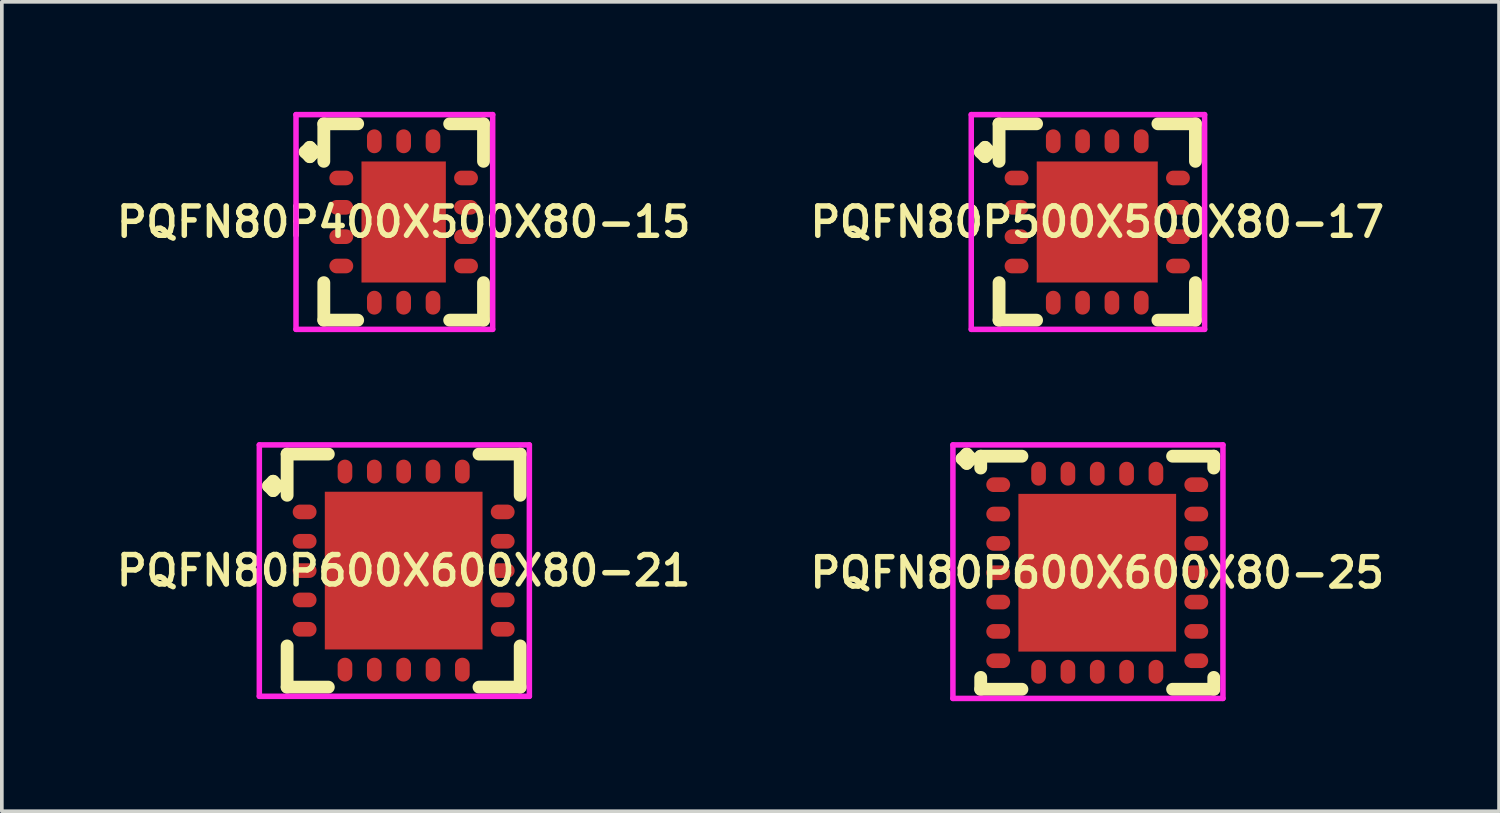
<source format=kicad_pcb>
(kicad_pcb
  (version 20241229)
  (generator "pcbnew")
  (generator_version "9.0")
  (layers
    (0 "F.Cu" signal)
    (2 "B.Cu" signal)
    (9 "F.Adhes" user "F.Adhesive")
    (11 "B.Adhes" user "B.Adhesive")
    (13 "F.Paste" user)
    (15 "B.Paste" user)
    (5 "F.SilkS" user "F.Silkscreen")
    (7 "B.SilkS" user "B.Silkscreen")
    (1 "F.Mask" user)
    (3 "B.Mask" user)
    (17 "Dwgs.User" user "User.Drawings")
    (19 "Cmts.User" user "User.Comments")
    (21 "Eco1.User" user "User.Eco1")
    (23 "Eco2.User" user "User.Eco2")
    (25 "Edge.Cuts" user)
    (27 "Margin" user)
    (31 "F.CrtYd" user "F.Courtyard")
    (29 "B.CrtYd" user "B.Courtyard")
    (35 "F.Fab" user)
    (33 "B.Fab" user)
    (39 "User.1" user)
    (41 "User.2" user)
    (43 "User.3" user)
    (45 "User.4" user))
  (footprint "PQFN80P600X600X80-21"
    (layer "F.Cu")
    (at 7.955 12.506)
    (property "Reference" "PQFN80P600X600X80-21" (at 0 0 0) (layer "F.SilkS") (effects (font (size 0.8 0.8) (thickness 0.15))))
    (attr smd)
    (fp_line (start -3.685 -2.308) (end -3.558 -2.435) (stroke (width 0.35) (type solid)) (layer "F.SilkS"))
    (fp_line (start -3.558 -2.435) (end -3.431 -2.308) (stroke (width 0.35) (type solid)) (layer "F.SilkS"))
    (fp_line (start -3.558 -2.181) (end -3.685 -2.308) (stroke (width 0.35) (type solid)) (layer "F.SilkS"))
    (fp_line (start -3.431 -2.308) (end -3.558 -2.181) (stroke (width 0.35) (type solid)) (layer "F.SilkS"))
    (fp_line (start -3.177 -3.177) (end -2.054 -3.177) (stroke (width 0.35) (type solid)) (layer "F.SilkS"))
    (fp_line (start -3.177 -2.054) (end -3.177 -3.177) (stroke (width 0.35) (type solid)) (layer "F.SilkS"))
    (fp_line (start -3.177 2.054) (end -3.177 3.177) (stroke (width 0.35) (type solid)) (layer "F.SilkS"))
    (fp_line (start -3.177 3.177) (end -2.054 3.177) (stroke (width 0.35) (type solid)) (layer "F.SilkS"))
    (fp_line (start 2.054 -3.177) (end 3.177 -3.177) (stroke (width 0.35) (type solid)) (layer "F.SilkS"))
    (fp_line (start 2.054 3.177) (end 3.177 3.177) (stroke (width 0.35) (type solid)) (layer "F.SilkS"))
    (fp_line (start 3.177 -3.177) (end 3.177 -2.054) (stroke (width 0.35) (type solid)) (layer "F.SilkS"))
    (fp_line (start 3.177 3.177) (end 3.177 2.054) (stroke (width 0.35) (type solid)) (layer "F.SilkS"))
    (fp_line (start -3.935 -3.427) (end 3.427 -3.427) (stroke (width 0.15) (type solid)) (layer "F.CrtYd"))
    (fp_line (start -3.935 3.427) (end -3.935 -3.427) (stroke (width 0.15) (type solid)) (layer "F.CrtYd"))
    (fp_line (start 3.427 -3.427) (end 3.427 3.427) (stroke (width 0.15) (type solid)) (layer "F.CrtYd"))
    (fp_line (start 3.427 3.427) (end -3.935 3.427) (stroke (width 0.15) (type solid)) (layer "F.CrtYd"))
    (pad "1" smd oval (at -2.7 -1.6) (size 0.65 0.4) (layers "F.Cu" "F.Mask" "F.Paste"))
    (pad "2" smd oval (at -2.7 -0.8) (size 0.65 0.4) (layers "F.Cu" "F.Mask" "F.Paste"))
    (pad "3" smd oval (at -2.7 0) (size 0.65 0.4) (layers "F.Cu" "F.Mask" "F.Paste"))
    (pad "4" smd oval (at -2.7 0.8) (size 0.65 0.4) (layers "F.Cu" "F.Mask" "F.Paste"))
    (pad "5" smd oval (at -2.7 1.6) (size 0.65 0.4) (layers "F.Cu" "F.Mask" "F.Paste"))
    (pad "6" smd oval (at -1.6 2.7) (size 0.4 0.65) (layers "F.Cu" "F.Mask" "F.Paste"))
    (pad "7" smd oval (at -0.8 2.7) (size 0.4 0.65) (layers "F.Cu" "F.Mask" "F.Paste"))
    (pad "8" smd oval (at 0 2.7) (size 0.4 0.65) (layers "F.Cu" "F.Mask" "F.Paste"))
    (pad "9" smd oval (at 0.8 2.7) (size 0.4 0.65) (layers "F.Cu" "F.Mask" "F.Paste"))
    (pad "10" smd oval (at 1.6 2.7) (size 0.4 0.65) (layers "F.Cu" "F.Mask" "F.Paste"))
    (pad "11" smd oval (at 2.7 1.6) (size 0.65 0.4) (layers "F.Cu" "F.Mask" "F.Paste"))
    (pad "12" smd oval (at 2.7 0.8) (size 0.65 0.4) (layers "F.Cu" "F.Mask" "F.Paste"))
    (pad "13" smd oval (at 2.7 0) (size 0.65 0.4) (layers "F.Cu" "F.Mask" "F.Paste"))
    (pad "14" smd oval (at 2.7 -0.8) (size 0.65 0.4) (layers "F.Cu" "F.Mask" "F.Paste"))
    (pad "15" smd oval (at 2.7 -1.6) (size 0.65 0.4) (layers "F.Cu" "F.Mask" "F.Paste"))
    (pad "16" smd oval (at 1.6 -2.7) (size 0.4 0.65) (layers "F.Cu" "F.Mask" "F.Paste"))
    (pad "17" smd oval (at 0.8 -2.7) (size 0.4 0.65) (layers "F.Cu" "F.Mask" "F.Paste"))
    (pad "18" smd oval (at 0 -2.7) (size 0.4 0.65) (layers "F.Cu" "F.Mask" "F.Paste"))
    (pad "19" smd oval (at -0.8 -2.7) (size 0.4 0.65) (layers "F.Cu" "F.Mask" "F.Paste"))
    (pad "20" smd oval (at -1.6 -2.7) (size 0.4 0.65) (layers "F.Cu" "F.Mask" "F.Paste"))
    (pad "21" smd rect (at 0 0) (size 4.3 4.3) (layers "F.Cu" "F.Mask" "F.Paste")))
  (footprint "PQFN80P600X600X80-25"
    (layer "F.Cu")
    (at 26.864 12.564)
    (property "Reference" "PQFN80P600X600X80-25" (at 0 0 0) (layer "F.SilkS") (effects (font (size 0.8 0.8) (thickness 0.15))))
    (attr smd)
    (fp_line (start -3.685 -3.108) (end -3.558 -3.235) (stroke (width 0.35) (type solid)) (layer "F.SilkS"))
    (fp_line (start -3.558 -3.235) (end -3.431 -3.108) (stroke (width 0.35) (type solid)) (layer "F.SilkS"))
    (fp_line (start -3.558 -2.981) (end -3.685 -3.108) (stroke (width 0.35) (type solid)) (layer "F.SilkS"))
    (fp_line (start -3.431 -3.108) (end -3.558 -2.981) (stroke (width 0.35) (type solid)) (layer "F.SilkS"))
    (fp_line (start -3.177 -3.177) (end -2.054 -3.177) (stroke (width 0.35) (type solid)) (layer "F.SilkS"))
    (fp_line (start -3.177 -2.854) (end -3.177 -3.177) (stroke (width 0.35) (type solid)) (layer "F.SilkS"))
    (fp_line (start -3.177 2.854) (end -3.177 3.177) (stroke (width 0.35) (type solid)) (layer "F.SilkS"))
    (fp_line (start -3.177 3.177) (end -2.054 3.177) (stroke (width 0.35) (type solid)) (layer "F.SilkS"))
    (fp_line (start 2.054 -3.177) (end 3.177 -3.177) (stroke (width 0.35) (type solid)) (layer "F.SilkS"))
    (fp_line (start 2.054 3.177) (end 3.177 3.177) (stroke (width 0.35) (type solid)) (layer "F.SilkS"))
    (fp_line (start 3.177 -3.177) (end 3.177 -2.854) (stroke (width 0.35) (type solid)) (layer "F.SilkS"))
    (fp_line (start 3.177 3.177) (end 3.177 2.854) (stroke (width 0.35) (type solid)) (layer "F.SilkS"))
    (fp_line (start -3.935 -3.485) (end 3.427 -3.485) (stroke (width 0.15) (type solid)) (layer "F.CrtYd"))
    (fp_line (start -3.935 3.427) (end -3.935 -3.485) (stroke (width 0.15) (type solid)) (layer "F.CrtYd"))
    (fp_line (start 3.427 -3.485) (end 3.427 3.427) (stroke (width 0.15) (type solid)) (layer "F.CrtYd"))
    (fp_line (start 3.427 3.427) (end -3.935 3.427) (stroke (width 0.15) (type solid)) (layer "F.CrtYd"))
    (pad "1" smd oval (at -2.7 -2.4) (size 0.65 0.4) (layers "F.Cu" "F.Mask" "F.Paste"))
    (pad "2" smd oval (at -2.7 -1.6) (size 0.65 0.4) (layers "F.Cu" "F.Mask" "F.Paste"))
    (pad "3" smd oval (at -2.7 -0.8) (size 0.65 0.4) (layers "F.Cu" "F.Mask" "F.Paste"))
    (pad "4" smd oval (at -2.7 0) (size 0.65 0.4) (layers "F.Cu" "F.Mask" "F.Paste"))
    (pad "5" smd oval (at -2.7 0.8) (size 0.65 0.4) (layers "F.Cu" "F.Mask" "F.Paste"))
    (pad "6" smd oval (at -2.7 1.6) (size 0.65 0.4) (layers "F.Cu" "F.Mask" "F.Paste"))
    (pad "7" smd oval (at -2.7 2.4) (size 0.65 0.4) (layers "F.Cu" "F.Mask" "F.Paste"))
    (pad "8" smd oval (at -1.6 2.7) (size 0.4 0.65) (layers "F.Cu" "F.Mask" "F.Paste"))
    (pad "9" smd oval (at -0.8 2.7) (size 0.4 0.65) (layers "F.Cu" "F.Mask" "F.Paste"))
    (pad "10" smd oval (at 0 2.7) (size 0.4 0.65) (layers "F.Cu" "F.Mask" "F.Paste"))
    (pad "11" smd oval (at 0.8 2.7) (size 0.4 0.65) (layers "F.Cu" "F.Mask" "F.Paste"))
    (pad "12" smd oval (at 1.6 2.7) (size 0.4 0.65) (layers "F.Cu" "F.Mask" "F.Paste"))
    (pad "13" smd oval (at 2.7 2.4) (size 0.65 0.4) (layers "F.Cu" "F.Mask" "F.Paste"))
    (pad "14" smd oval (at 2.7 1.6) (size 0.65 0.4) (layers "F.Cu" "F.Mask" "F.Paste"))
    (pad "15" smd oval (at 2.7 0.8) (size 0.65 0.4) (layers "F.Cu" "F.Mask" "F.Paste"))
    (pad "16" smd oval (at 2.7 0) (size 0.65 0.4) (layers "F.Cu" "F.Mask" "F.Paste"))
    (pad "17" smd oval (at 2.7 -0.8) (size 0.65 0.4) (layers "F.Cu" "F.Mask" "F.Paste"))
    (pad "18" smd oval (at 2.7 -1.6) (size 0.65 0.4) (layers "F.Cu" "F.Mask" "F.Paste"))
    (pad "19" smd oval (at 2.7 -2.4) (size 0.65 0.4) (layers "F.Cu" "F.Mask" "F.Paste"))
    (pad "20" smd oval (at 1.6 -2.7) (size 0.4 0.65) (layers "F.Cu" "F.Mask" "F.Paste"))
    (pad "21" smd oval (at 0.8 -2.7) (size 0.4 0.65) (layers "F.Cu" "F.Mask" "F.Paste"))
    (pad "22" smd oval (at 0 -2.7) (size 0.4 0.65) (layers "F.Cu" "F.Mask" "F.Paste"))
    (pad "23" smd oval (at -0.8 -2.7) (size 0.4 0.65) (layers "F.Cu" "F.Mask" "F.Paste"))
    (pad "24" smd oval (at -1.6 -2.7) (size 0.4 0.65) (layers "F.Cu" "F.Mask" "F.Paste"))
    (pad "25" smd rect (at 0 0) (size 4.3 4.3) (layers "F.Cu" "F.Mask" "F.Paste")))
  (footprint "PQFN80P500X500X80-17"
    (layer "F.Cu")
    (at 26.864 3.002)
    (property "Reference" "PQFN80P500X500X80-17" (at 0 0 0) (layer "F.SilkS") (effects (font (size 0.8 0.8) (thickness 0.15))))
    (attr smd)
    (fp_line (start -3.185 -1.908) (end -3.058 -2.035) (stroke (width 0.35) (type solid)) (layer "F.SilkS"))
    (fp_line (start -3.058 -2.035) (end -2.931 -1.908) (stroke (width 0.35) (type solid)) (layer "F.SilkS"))
    (fp_line (start -3.058 -1.781) (end -3.185 -1.908) (stroke (width 0.35) (type solid)) (layer "F.SilkS"))
    (fp_line (start -2.931 -1.908) (end -3.058 -1.781) (stroke (width 0.35) (type solid)) (layer "F.SilkS"))
    (fp_line (start -2.677 -2.677) (end -1.654 -2.677) (stroke (width 0.35) (type solid)) (layer "F.SilkS"))
    (fp_line (start -2.677 -1.654) (end -2.677 -2.677) (stroke (width 0.35) (type solid)) (layer "F.SilkS"))
    (fp_line (start -2.677 1.654) (end -2.677 2.677) (stroke (width 0.35) (type solid)) (layer "F.SilkS"))
    (fp_line (start -2.677 2.677) (end -1.654 2.677) (stroke (width 0.35) (type solid)) (layer "F.SilkS"))
    (fp_line (start 1.654 -2.677) (end 2.677 -2.677) (stroke (width 0.35) (type solid)) (layer "F.SilkS"))
    (fp_line (start 1.654 2.677) (end 2.677 2.677) (stroke (width 0.35) (type solid)) (layer "F.SilkS"))
    (fp_line (start 2.677 -2.677) (end 2.677 -1.654) (stroke (width 0.35) (type solid)) (layer "F.SilkS"))
    (fp_line (start 2.677 2.677) (end 2.677 1.654) (stroke (width 0.35) (type solid)) (layer "F.SilkS"))
    (fp_line (start -3.435 -2.927) (end 2.927 -2.927) (stroke (width 0.15) (type solid)) (layer "F.CrtYd"))
    (fp_line (start -3.435 2.927) (end -3.435 -2.927) (stroke (width 0.15) (type solid)) (layer "F.CrtYd"))
    (fp_line (start 2.927 -2.927) (end 2.927 2.927) (stroke (width 0.15) (type solid)) (layer "F.CrtYd"))
    (fp_line (start 2.927 2.927) (end -3.435 2.927) (stroke (width 0.15) (type solid)) (layer "F.CrtYd"))
    (pad "1" smd oval (at -2.2 -1.2) (size 0.65 0.4) (layers "F.Cu" "F.Mask" "F.Paste"))
    (pad "2" smd oval (at -2.2 -0.4) (size 0.65 0.4) (layers "F.Cu" "F.Mask" "F.Paste"))
    (pad "3" smd oval (at -2.2 0.4) (size 0.65 0.4) (layers "F.Cu" "F.Mask" "F.Paste"))
    (pad "4" smd oval (at -2.2 1.2) (size 0.65 0.4) (layers "F.Cu" "F.Mask" "F.Paste"))
    (pad "5" smd oval (at -1.2 2.2) (size 0.4 0.65) (layers "F.Cu" "F.Mask" "F.Paste"))
    (pad "6" smd oval (at -0.4 2.2) (size 0.4 0.65) (layers "F.Cu" "F.Mask" "F.Paste"))
    (pad "7" smd oval (at 0.4 2.2) (size 0.4 0.65) (layers "F.Cu" "F.Mask" "F.Paste"))
    (pad "8" smd oval (at 1.2 2.2) (size 0.4 0.65) (layers "F.Cu" "F.Mask" "F.Paste"))
    (pad "9" smd oval (at 2.2 1.2) (size 0.65 0.4) (layers "F.Cu" "F.Mask" "F.Paste"))
    (pad "10" smd oval (at 2.2 0.4) (size 0.65 0.4) (layers "F.Cu" "F.Mask" "F.Paste"))
    (pad "11" smd oval (at 2.2 -0.4) (size 0.65 0.4) (layers "F.Cu" "F.Mask" "F.Paste"))
    (pad "12" smd oval (at 2.2 -1.2) (size 0.65 0.4) (layers "F.Cu" "F.Mask" "F.Paste"))
    (pad "13" smd oval (at 1.2 -2.2) (size 0.4 0.65) (layers "F.Cu" "F.Mask" "F.Paste"))
    (pad "14" smd oval (at 0.4 -2.2) (size 0.4 0.65) (layers "F.Cu" "F.Mask" "F.Paste"))
    (pad "15" smd oval (at -0.4 -2.2) (size 0.4 0.65) (layers "F.Cu" "F.Mask" "F.Paste"))
    (pad "16" smd oval (at -1.2 -2.2) (size 0.4 0.65) (layers "F.Cu" "F.Mask" "F.Paste"))
    (pad "17" smd rect (at 0 0) (size 3.3 3.3) (layers "F.Cu" "F.Mask" "F.Paste")))
  (footprint "PQFN80P400X500X80-15"
    (layer "F.Cu")
    (at 7.955 3.002)
    (property "Reference" "PQFN80P400X500X80-15" (at 0 0 0) (layer "F.SilkS") (effects (font (size 0.8 0.8) (thickness 0.15))))
    (attr smd)
    (fp_line (start -2.685 -1.908) (end -2.558 -2.035) (stroke (width 0.35) (type solid)) (layer "F.SilkS"))
    (fp_line (start -2.558 -2.035) (end -2.431 -1.908) (stroke (width 0.35) (type solid)) (layer "F.SilkS"))
    (fp_line (start -2.558 -1.781) (end -2.685 -1.908) (stroke (width 0.35) (type solid)) (layer "F.SilkS"))
    (fp_line (start -2.431 -1.908) (end -2.558 -1.781) (stroke (width 0.35) (type solid)) (layer "F.SilkS"))
    (fp_line (start -2.177 -2.677) (end -1.254 -2.677) (stroke (width 0.35) (type solid)) (layer "F.SilkS"))
    (fp_line (start -2.177 -1.654) (end -2.177 -2.677) (stroke (width 0.35) (type solid)) (layer "F.SilkS"))
    (fp_line (start -2.177 1.654) (end -2.177 2.677) (stroke (width 0.35) (type solid)) (layer "F.SilkS"))
    (fp_line (start -2.177 2.677) (end -1.254 2.677) (stroke (width 0.35) (type solid)) (layer "F.SilkS"))
    (fp_line (start 1.254 -2.677) (end 2.177 -2.677) (stroke (width 0.35) (type solid)) (layer "F.SilkS"))
    (fp_line (start 1.254 2.677) (end 2.177 2.677) (stroke (width 0.35) (type solid)) (layer "F.SilkS"))
    (fp_line (start 2.177 -2.677) (end 2.177 -1.654) (stroke (width 0.35) (type solid)) (layer "F.SilkS"))
    (fp_line (start 2.177 2.677) (end 2.177 1.654) (stroke (width 0.35) (type solid)) (layer "F.SilkS"))
    (fp_line (start -2.935 -2.927) (end 2.427 -2.927) (stroke (width 0.15) (type solid)) (layer "F.CrtYd"))
    (fp_line (start -2.935 2.927) (end -2.935 -2.927) (stroke (width 0.15) (type solid)) (layer "F.CrtYd"))
    (fp_line (start 2.427 -2.927) (end 2.427 2.927) (stroke (width 0.15) (type solid)) (layer "F.CrtYd"))
    (fp_line (start 2.427 2.927) (end -2.935 2.927) (stroke (width 0.15) (type solid)) (layer "F.CrtYd"))
    (pad "1" smd oval (at -1.7 -1.2) (size 0.65 0.4) (layers "F.Cu" "F.Mask" "F.Paste"))
    (pad "2" smd oval (at -1.7 -0.4) (size 0.65 0.4) (layers "F.Cu" "F.Mask" "F.Paste"))
    (pad "3" smd oval (at -1.7 0.4) (size 0.65 0.4) (layers "F.Cu" "F.Mask" "F.Paste"))
    (pad "4" smd oval (at -1.7 1.2) (size 0.65 0.4) (layers "F.Cu" "F.Mask" "F.Paste"))
    (pad "5" smd oval (at -0.8 2.2) (size 0.4 0.65) (layers "F.Cu" "F.Mask" "F.Paste"))
    (pad "6" smd oval (at 0 2.2) (size 0.4 0.65) (layers "F.Cu" "F.Mask" "F.Paste"))
    (pad "7" smd oval (at 0.8 2.2) (size 0.4 0.65) (layers "F.Cu" "F.Mask" "F.Paste"))
    (pad "8" smd oval (at 1.7 1.2) (size 0.65 0.4) (layers "F.Cu" "F.Mask" "F.Paste"))
    (pad "9" smd oval (at 1.7 0.4) (size 0.65 0.4) (layers "F.Cu" "F.Mask" "F.Paste"))
    (pad "10" smd oval (at 1.7 -0.4) (size 0.65 0.4) (layers "F.Cu" "F.Mask" "F.Paste"))
    (pad "11" smd oval (at 1.7 -1.2) (size 0.65 0.4) (layers "F.Cu" "F.Mask" "F.Paste"))
    (pad "12" smd oval (at 0.8 -2.2) (size 0.4 0.65) (layers "F.Cu" "F.Mask" "F.Paste"))
    (pad "13" smd oval (at 0 -2.2) (size 0.4 0.65) (layers "F.Cu" "F.Mask" "F.Paste"))
    (pad "14" smd oval (at -0.8 -2.2) (size 0.4 0.65) (layers "F.Cu" "F.Mask" "F.Paste"))
    (pad "15" smd rect (at 0 0) (size 2.3 3.3) (layers "F.Cu" "F.Mask" "F.Paste")))
  (gr_rect
    (start -3 -3)
    (end 37.818 19.066)
    (stroke (width 0.1) (type default))
    (fill no)
    (layer "Edge.Cuts")))
</source>
